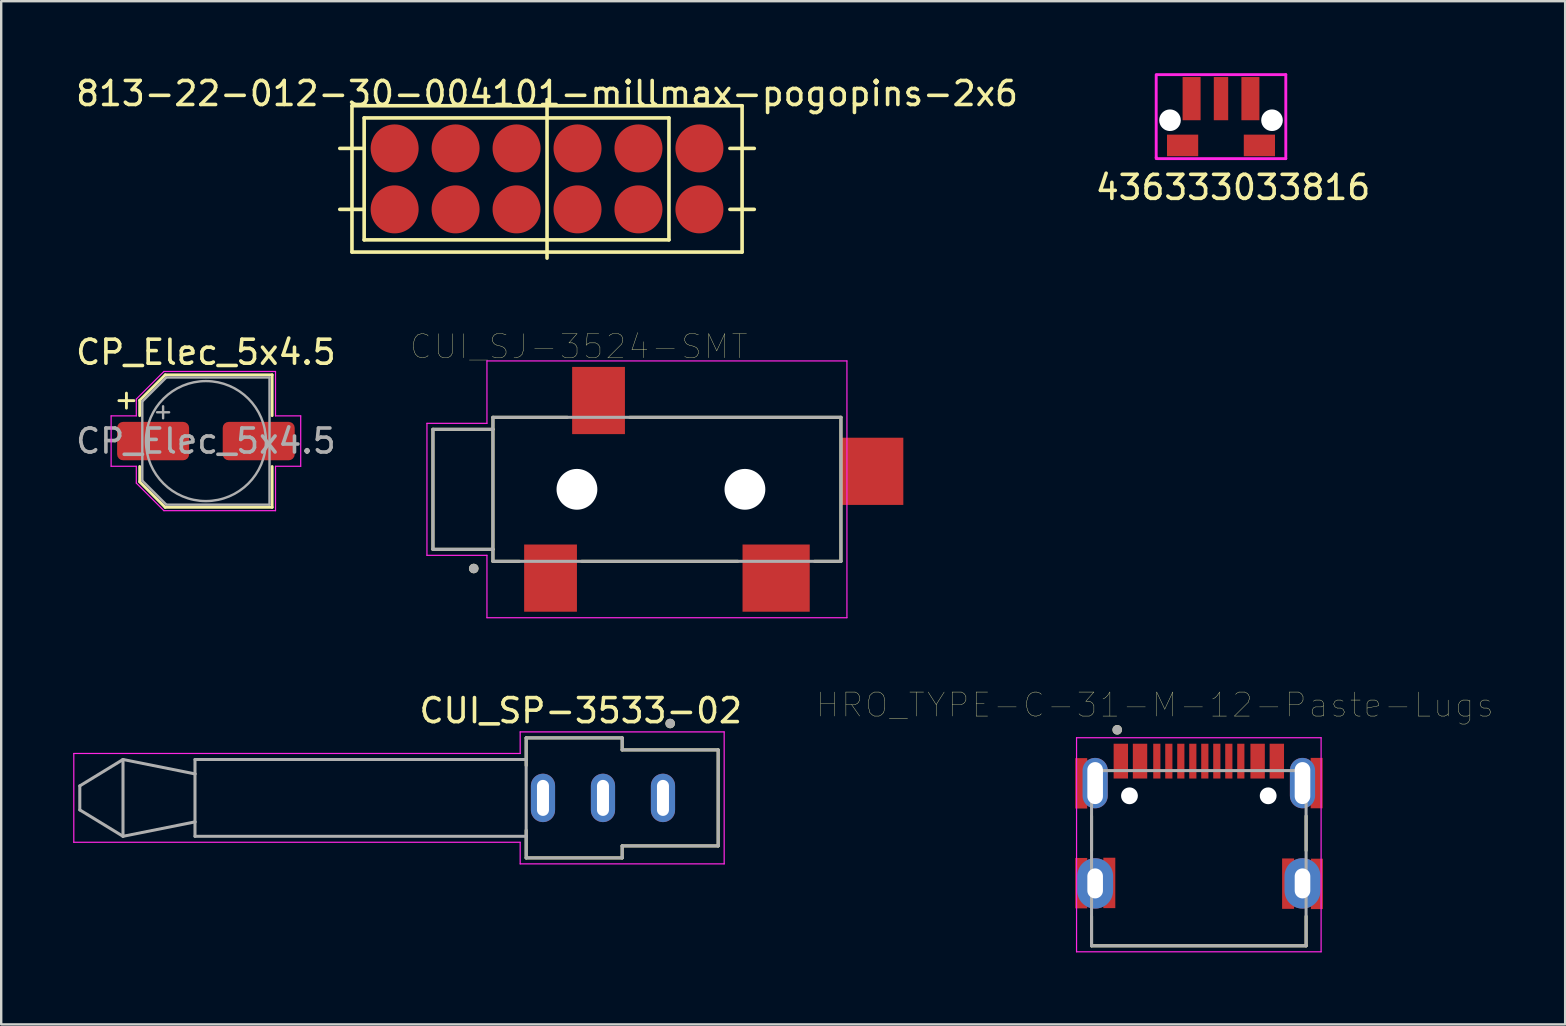
<source format=kicad_pcb>
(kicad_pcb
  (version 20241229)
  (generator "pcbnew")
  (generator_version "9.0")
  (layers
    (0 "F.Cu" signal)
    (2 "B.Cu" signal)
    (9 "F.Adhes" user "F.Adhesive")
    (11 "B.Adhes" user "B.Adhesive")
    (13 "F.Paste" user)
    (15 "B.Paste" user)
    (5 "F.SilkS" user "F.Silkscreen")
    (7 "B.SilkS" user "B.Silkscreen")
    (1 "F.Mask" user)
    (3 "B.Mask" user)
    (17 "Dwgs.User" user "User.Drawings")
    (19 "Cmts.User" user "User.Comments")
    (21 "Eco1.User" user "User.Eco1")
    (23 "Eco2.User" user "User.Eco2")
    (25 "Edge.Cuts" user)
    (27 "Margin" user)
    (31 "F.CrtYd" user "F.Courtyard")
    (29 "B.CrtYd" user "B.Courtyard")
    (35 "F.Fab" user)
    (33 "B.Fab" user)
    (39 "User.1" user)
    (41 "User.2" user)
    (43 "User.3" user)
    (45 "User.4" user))
  (footprint "CUI_SJ-3524-SMT"
    (layer "F.Cu")
    (at 20.99 17.339)
    (property "Reference" "CUI_SJ-3524-SMT" (at 0.075 -5.945 0) (layer "F.SilkS") (effects (font (size 1.002 1.002) (thickness 0.015))))
    (attr through_hole)
    (fp_line (start -6 -2.5) (end -6 2.5) (stroke (width 0.127) (type solid)) (layer "F.SilkS"))
    (fp_line (start -6 2.5) (end -3.5 2.5) (stroke (width 0.127) (type solid)) (layer "F.SilkS"))
    (fp_line (start -3.5 -3) (end -0.4 -3) (stroke (width 0.127) (type solid)) (layer "F.SilkS"))
    (fp_line (start -3.5 -2.5) (end -6 -2.5) (stroke (width 0.127) (type solid)) (layer "F.SilkS"))
    (fp_line (start -3.5 -2.5) (end -3.5 -3) (stroke (width 0.127) (type solid)) (layer "F.SilkS"))
    (fp_line (start -3.5 2.5) (end -3.5 -2.5) (stroke (width 0.127) (type solid)) (layer "F.SilkS"))
    (fp_line (start -3.5 3) (end -3.5 2.5) (stroke (width 0.127) (type solid)) (layer "F.SilkS"))
    (fp_line (start -3.5 3) (end -2.4 3) (stroke (width 0.127) (type solid)) (layer "F.SilkS"))
    (fp_line (start 0.2 3) (end 6.7 3) (stroke (width 0.127) (type solid)) (layer "F.SilkS"))
    (fp_line (start 2.2 -3) (end 11 -3) (stroke (width 0.127) (type solid)) (layer "F.SilkS"))
    (fp_line (start 9.9 3) (end 11 3) (stroke (width 0.127) (type solid)) (layer "F.SilkS"))
    (fp_line (start 11 -3) (end 11 3) (stroke (width 0.127) (type solid)) (layer "F.SilkS"))
    (fp_circle (center -4.3 3.3) (end -4.2 3.3) (stroke (width 0.2) (type solid)) (fill no) (layer "F.SilkS"))
    (fp_line (start -6.25 -2.75) (end -6.25 2.75) (stroke (width 0.05) (type solid)) (layer "F.CrtYd"))
    (fp_line (start -6.25 2.75) (end -3.75 2.75) (stroke (width 0.05) (type solid)) (layer "F.CrtYd"))
    (fp_line (start -3.75 -5.35) (end -3.75 -2.75) (stroke (width 0.05) (type solid)) (layer "F.CrtYd"))
    (fp_line (start -3.75 -5.35) (end 11.25 -5.35) (stroke (width 0.05) (type solid)) (layer "F.CrtYd"))
    (fp_line (start -3.75 -2.75) (end -6.25 -2.75) (stroke (width 0.05) (type solid)) (layer "F.CrtYd"))
    (fp_line (start -3.75 2.75) (end -3.75 5.35) (stroke (width 0.05) (type solid)) (layer "F.CrtYd"))
    (fp_line (start 11.25 -5.35) (end 11.25 5.35) (stroke (width 0.05) (type solid)) (layer "F.CrtYd"))
    (fp_line (start 11.25 5.35) (end -3.75 5.35) (stroke (width 0.05) (type solid)) (layer "F.CrtYd"))
    (fp_line (start -6 -2.5) (end -6 2.5) (stroke (width 0.127) (type solid)) (layer "F.Fab"))
    (fp_line (start -6 2.5) (end -3.5 2.5) (stroke (width 0.127) (type solid)) (layer "F.Fab"))
    (fp_line (start -3.5 -3) (end 11 -3) (stroke (width 0.127) (type solid)) (layer "F.Fab"))
    (fp_line (start -3.5 -2.5) (end -6 -2.5) (stroke (width 0.127) (type solid)) (layer "F.Fab"))
    (fp_line (start -3.5 3) (end -3.5 -3) (stroke (width 0.127) (type solid)) (layer "F.Fab"))
    (fp_line (start 11 -3) (end 11 3) (stroke (width 0.127) (type solid)) (layer "F.Fab"))
    (fp_line (start 11 3) (end -3.5 3) (stroke (width 0.127) (type solid)) (layer "F.Fab"))
    (fp_circle (center -4.3 3.3) (end -4.2 3.3) (stroke (width 0.2) (type solid)) (fill no) (layer "F.Fab"))
    (pad "" np_thru_hole circle (at 0 0) (size 1.7 1.7) (drill 1.7) (layers "*.Cu" "*.Mask"))
    (pad "" np_thru_hole circle (at 7 0) (size 1.7 1.7) (drill 1.7) (layers "*.Cu" "*.Mask"))
    (pad "1" smd rect (at -1.1 3.7) (size 2.2 2.8) (layers "F.Cu" "F.Mask" "F.Paste"))
    (pad "2" smd rect (at 8.3 3.7) (size 2.8 2.8) (layers "F.Cu" "F.Mask" "F.Paste"))
    (pad "3" smd rect (at 0.9 -3.7) (size 2.2 2.8) (layers "F.Cu" "F.Mask" "F.Paste"))
    (pad "4" smd rect (at 12.3 -0.75) (size 2.6 2.8) (layers "F.Cu" "F.Mask" "F.Paste")))
  (footprint "813-22-012-30-004101-millmax-pogopins-2x6"
    (layer "F.Cu")
    (at 19.744 4.404)
    (property "Reference" "813-22-012-30-004101-millmax-pogopins-2x6" (at 0 -3.556 0) (layer "F.SilkS") (effects (font (size 1 1) (thickness 0.15))))
    (attr smd)
    (fp_line (start -8.128 -3.048) (end 8.128 -3.048) (stroke (width 0.15) (type solid)) (layer "F.SilkS"))
    (fp_line (start -8.128 3.048) (end -8.128 -3.048) (stroke (width 0.15) (type solid)) (layer "F.SilkS"))
    (fp_line (start -7.62 -2.54) (end 5.08 -2.54) (stroke (width 0.15) (type solid)) (layer "F.SilkS"))
    (fp_line (start -7.62 -1.27) (end -8.636 -1.27) (stroke (width 0.15) (type solid)) (layer "F.SilkS"))
    (fp_line (start -7.62 1.27) (end -8.636 1.27) (stroke (width 0.15) (type solid)) (layer "F.SilkS"))
    (fp_line (start -7.62 2.54) (end -7.62 -2.54) (stroke (width 0.15) (type solid)) (layer "F.SilkS"))
    (fp_line (start 0 -3.302) (end 0 3.302) (stroke (width 0.15) (type solid)) (layer "F.SilkS"))
    (fp_line (start 5.08 -2.54) (end 5.08 2.54) (stroke (width 0.15) (type solid)) (layer "F.SilkS"))
    (fp_line (start 5.08 2.54) (end -7.62 2.54) (stroke (width 0.15) (type solid)) (layer "F.SilkS"))
    (fp_line (start 7.62 -1.27) (end 8.636 -1.27) (stroke (width 0.15) (type solid)) (layer "F.SilkS"))
    (fp_line (start 7.62 1.27) (end 8.636 1.27) (stroke (width 0.15) (type solid)) (layer "F.SilkS"))
    (fp_line (start 8.128 -3.048) (end 8.128 3.048) (stroke (width 0.15) (type solid)) (layer "F.SilkS"))
    (fp_line (start 8.128 3.048) (end -8.128 3.048) (stroke (width 0.15) (type solid)) (layer "F.SilkS"))
    (pad "1" smd circle (at 6.35 1.27) (size 2 2) (layers "F.Cu" "F.Mask" "F.Paste"))
    (pad "2" smd circle (at 6.35 -1.27) (size 2 2) (layers "F.Cu" "F.Mask" "F.Paste"))
    (pad "3" smd circle (at 3.81 1.27) (size 2 2) (layers "F.Cu" "F.Mask" "F.Paste"))
    (pad "4" smd circle (at 3.81 -1.27) (size 2 2) (layers "F.Cu" "F.Mask" "F.Paste"))
    (pad "5" smd circle (at 1.27 1.27) (size 2 2) (layers "F.Cu" "F.Mask" "F.Paste"))
    (pad "6" smd circle (at 1.27 -1.27) (size 2 2) (layers "F.Cu" "F.Mask" "F.Paste"))
    (pad "7" smd circle (at -1.27 1.27) (size 2 2) (layers "F.Cu" "F.Mask" "F.Paste"))
    (pad "8" smd circle (at -1.27 -1.27) (size 2 2) (layers "F.Cu" "F.Mask" "F.Paste"))
    (pad "9" smd circle (at -3.81 1.27) (size 2 2) (layers "F.Cu" "F.Mask" "F.Paste"))
    (pad "10" smd circle (at -3.81 -1.27) (size 2 2) (layers "F.Cu" "F.Mask" "F.Paste"))
    (pad "11" smd circle (at -6.35 1.27) (size 2 2) (layers "F.Cu" "F.Mask" "F.Paste"))
    (pad "12" smd circle (at -6.35 -1.27) (size 2 2) (layers "F.Cu" "F.Mask" "F.Paste")))
  (footprint "436333033816"
    (layer "F.Cu")
    (at 47.827 1.96)
    (property "Reference" "436333033816" (at 0.5 2.8 0) (layer "F.SilkS") (effects (font (size 1 1) (thickness 0.15))))
    (attr through_hole)
    (fp_line (start -2.7 -1.9) (end -2.7 1.55) (stroke (width 0.12) (type solid)) (layer "F.CrtYd"))
    (fp_line (start -2.7 1.55) (end -2.7 1.6) (stroke (width 0.12) (type solid)) (layer "F.CrtYd"))
    (fp_line (start -2.65 1.6) (end 2.7 1.6) (stroke (width 0.12) (type solid)) (layer "F.CrtYd"))
    (fp_line (start 2.7 -1.9) (end -2.65 -1.9) (stroke (width 0.12) (type solid)) (layer "F.CrtYd"))
    (fp_line (start 2.7 1.6) (end 2.7 -1.9) (stroke (width 0.12) (type solid)) (layer "F.CrtYd"))
    (pad "" np_thru_hole circle (at -2.125 0) (size 0.9 0.9) (drill 0.9) (layers "*.Cu" "*.Mask"))
    (pad "" np_thru_hole circle (at 2.125 0) (size 0.9 0.9) (drill 0.9) (layers "*.Cu" "*.Mask"))
    (pad "1" smd rect (at -1.225 -0.9) (size 0.75 1.8) (layers "F.Cu" "F.Mask" "F.Paste"))
    (pad "2" smd rect (at 0 -0.9) (size 0.6 1.8) (layers "F.Cu" "F.Mask" "F.Paste"))
    (pad "3" smd rect (at 1.225 -0.9) (size 0.75 1.8) (layers "F.Cu" "F.Mask" "F.Paste"))
    (pad "mp1" smd rect (at -1.6 1.05) (size 1.3 0.9) (layers "F.Cu" "F.Mask" "F.Paste"))
    (pad "mp2" smd rect (at 1.6 1.05) (size 1.3 0.9) (layers "F.Cu" "F.Mask" "F.Paste")))
  (footprint "CP_Elec_5x4.5"
    (layer "F.Cu")
    (at 5.53 15.329)
    (property "Reference" "CP_Elec_5x4.5" (at 0 -3.7 0) (layer "F.SilkS") (effects (font (size 1 1) (thickness 0.15))))
    (attr smd)
    (fp_line (start -3.625 -1.685) (end -3 -1.685) (stroke (width 0.12) (type solid)) (layer "F.SilkS"))
    (fp_line (start -3.312 -1.998) (end -3.312 -1.373) (stroke (width 0.12) (type solid)) (layer "F.SilkS"))
    (fp_line (start -2.76 -1.696) (end -2.76 -1.06) (stroke (width 0.12) (type solid)) (layer "F.SilkS"))
    (fp_line (start -2.76 -1.696) (end -1.696 -2.76) (stroke (width 0.12) (type solid)) (layer "F.SilkS"))
    (fp_line (start -2.76 1.696) (end -2.76 1.06) (stroke (width 0.12) (type solid)) (layer "F.SilkS"))
    (fp_line (start -2.76 1.696) (end -1.696 2.76) (stroke (width 0.12) (type solid)) (layer "F.SilkS"))
    (fp_line (start -1.696 -2.76) (end 2.76 -2.76) (stroke (width 0.12) (type solid)) (layer "F.SilkS"))
    (fp_line (start -1.696 2.76) (end 2.76 2.76) (stroke (width 0.12) (type solid)) (layer "F.SilkS"))
    (fp_line (start 2.76 -2.76) (end 2.76 -1.06) (stroke (width 0.12) (type solid)) (layer "F.SilkS"))
    (fp_line (start 2.76 2.76) (end 2.76 1.06) (stroke (width 0.12) (type solid)) (layer "F.SilkS"))
    (fp_line (start -3.95 -1.05) (end -3.95 1.05) (stroke (width 0.05) (type solid)) (layer "F.CrtYd"))
    (fp_line (start -3.95 1.05) (end -2.9 1.05) (stroke (width 0.05) (type solid)) (layer "F.CrtYd"))
    (fp_line (start -2.9 -1.75) (end -2.9 -1.05) (stroke (width 0.05) (type solid)) (layer "F.CrtYd"))
    (fp_line (start -2.9 -1.75) (end -1.75 -2.9) (stroke (width 0.05) (type solid)) (layer "F.CrtYd"))
    (fp_line (start -2.9 -1.05) (end -3.95 -1.05) (stroke (width 0.05) (type solid)) (layer "F.CrtYd"))
    (fp_line (start -2.9 1.05) (end -2.9 1.75) (stroke (width 0.05) (type solid)) (layer "F.CrtYd"))
    (fp_line (start -2.9 1.75) (end -1.75 2.9) (stroke (width 0.05) (type solid)) (layer "F.CrtYd"))
    (fp_line (start -1.75 -2.9) (end 2.9 -2.9) (stroke (width 0.05) (type solid)) (layer "F.CrtYd"))
    (fp_line (start -1.75 2.9) (end 2.9 2.9) (stroke (width 0.05) (type solid)) (layer "F.CrtYd"))
    (fp_line (start 2.9 -2.9) (end 2.9 -1.05) (stroke (width 0.05) (type solid)) (layer "F.CrtYd"))
    (fp_line (start 2.9 -1.05) (end 3.95 -1.05) (stroke (width 0.05) (type solid)) (layer "F.CrtYd"))
    (fp_line (start 2.9 1.05) (end 2.9 2.9) (stroke (width 0.05) (type solid)) (layer "F.CrtYd"))
    (fp_line (start 3.95 -1.05) (end 3.95 1.05) (stroke (width 0.05) (type solid)) (layer "F.CrtYd"))
    (fp_line (start 3.95 1.05) (end 2.9 1.05) (stroke (width 0.05) (type solid)) (layer "F.CrtYd"))
    (fp_line (start -2.65 -1.65) (end -2.65 1.65) (stroke (width 0.1) (type solid)) (layer "F.Fab"))
    (fp_line (start -2.65 -1.65) (end -1.65 -2.65) (stroke (width 0.1) (type solid)) (layer "F.Fab"))
    (fp_line (start -2.65 1.65) (end -1.65 2.65) (stroke (width 0.1) (type solid)) (layer "F.Fab"))
    (fp_line (start -2.034 -1.2) (end -1.534 -1.2) (stroke (width 0.1) (type solid)) (layer "F.Fab"))
    (fp_line (start -1.784 -1.45) (end -1.784 -0.95) (stroke (width 0.1) (type solid)) (layer "F.Fab"))
    (fp_line (start -1.65 -2.65) (end 2.65 -2.65) (stroke (width 0.1) (type solid)) (layer "F.Fab"))
    (fp_line (start -1.65 2.65) (end 2.65 2.65) (stroke (width 0.1) (type solid)) (layer "F.Fab"))
    (fp_line (start 2.65 -2.65) (end 2.65 2.65) (stroke (width 0.1) (type solid)) (layer "F.Fab"))
    (fp_circle (center 0 0) (end 2.5 0) (stroke (width 0.1) (type solid)) (fill no) (layer "F.Fab"))
    (fp_text user "${REFERENCE}" (at 0 0 0) (layer "F.Fab") (effects (font (size 1 1) (thickness 0.15))))
    (pad "1" smd roundrect (at -2.2 0) (size 3 1.6) (layers "F.Cu" "F.Mask" "F.Paste") (roundrect_rratio 0.156))
    (pad "2" smd roundrect (at 2.2 0) (size 3 1.6) (layers "F.Cu" "F.Mask" "F.Paste") (roundrect_rratio 0.156)))
  (footprint "HRO_TYPE-C-31-M-12-Paste-Lugs"
    (layer "F.Cu")
    (at 46.903 33.76)
    (property "Reference" "HRO_TYPE-C-31-M-12-Paste-Lugs" (at -1.825 -7.435 0) (layer "F.SilkS") (effects (font (size 1 1) (thickness 0.015))))
    (attr through_hole)
    (fp_line (start -4.47 -2.81) (end -4.47 -1.37) (stroke (width 0.127) (type solid)) (layer "F.SilkS"))
    (fp_line (start -4.47 2.6) (end -4.47 1.37) (stroke (width 0.127) (type solid)) (layer "F.SilkS"))
    (fp_line (start 4.47 -2.81) (end 4.47 -1.37) (stroke (width 0.127) (type solid)) (layer "F.SilkS"))
    (fp_line (start 4.47 1.37) (end 4.47 2.6) (stroke (width 0.127) (type solid)) (layer "F.SilkS"))
    (fp_line (start 4.47 2.6) (end -4.47 2.6) (stroke (width 0.127) (type solid)) (layer "F.SilkS"))
    (fp_circle (center -3.4 -6.4) (end -3.3 -6.4) (stroke (width 0.2) (type solid)) (fill no) (layer "F.SilkS"))
    (fp_line (start -5.095 -6.07) (end -5.095 2.85) (stroke (width 0.05) (type solid)) (layer "F.CrtYd"))
    (fp_line (start -5.095 2.85) (end 5.095 2.85) (stroke (width 0.05) (type solid)) (layer "F.CrtYd"))
    (fp_line (start 5.095 -6.07) (end -5.095 -6.07) (stroke (width 0.05) (type solid)) (layer "F.CrtYd"))
    (fp_line (start 5.095 2.85) (end 5.095 -6.07) (stroke (width 0.05) (type solid)) (layer "F.CrtYd"))
    (fp_line (start -4.47 -4.7) (end -4.47 2.6) (stroke (width 0.127) (type solid)) (layer "F.Fab"))
    (fp_line (start -4.47 2.6) (end 4.47 2.6) (stroke (width 0.127) (type solid)) (layer "F.Fab"))
    (fp_line (start 4.47 -4.7) (end -4.47 -4.7) (stroke (width 0.127) (type solid)) (layer "F.Fab"))
    (fp_line (start 4.47 2.6) (end 4.47 -4.7) (stroke (width 0.127) (type solid)) (layer "F.Fab"))
    (fp_circle (center -3.4 -6.4) (end -3.3 -6.4) (stroke (width 0.2) (type solid)) (fill no) (layer "F.Fab"))
    (pad "" np_thru_hole circle (at -2.89 -3.65) (size 0.7 0.7) (drill 0.7) (layers "*.Cu" "*.Mask"))
    (pad "" np_thru_hole circle (at 2.89 -3.65) (size 0.7 0.7) (drill 0.7) (layers "*.Cu" "*.Mask"))
    (pad "1" smd rect (at -4.9 -4.17) (size 0.5 2.1) (layers "F.Cu" "F.Mask" "F.Paste"))
    (pad "1" smd rect (at -4.9 -0.01) (size 0.5 2.1) (layers "F.Cu" "F.Mask" "F.Paste"))
    (pad "1" smd rect (at -3.73 -0.02) (size 0.5 2.1) (layers "F.Cu" "F.Mask" "F.Paste"))
    (pad "1" smd rect (at 3.72 0.01) (size 0.5 2.1) (layers "F.Cu" "F.Mask" "F.Paste"))
    (pad "1" smd rect (at 4.91 -4.18) (size 0.5 2.1) (layers "F.Cu" "F.Mask" "F.Paste"))
    (pad "1" smd rect (at 4.92 0.02) (size 0.5 2.1) (layers "F.Cu" "F.Mask" "F.Paste"))
    (pad "A1B12" smd rect (at -3.25 -5.095) (size 0.6 1.45) (layers "F.Cu" "F.Mask" "F.Paste"))
    (pad "A4B9" smd rect (at -2.45 -5.095) (size 0.6 1.45) (layers "F.Cu" "F.Mask" "F.Paste"))
    (pad "A5" smd rect (at -1.25 -5.095) (size 0.3 1.45) (layers "F.Cu" "F.Mask" "F.Paste"))
    (pad "A6" smd rect (at -0.25 -5.095) (size 0.3 1.45) (layers "F.Cu" "F.Mask" "F.Paste"))
    (pad "A7" smd rect (at 0.25 -5.095) (size 0.3 1.45) (layers "F.Cu" "F.Mask" "F.Paste"))
    (pad "A8" smd rect (at 1.25 -5.095) (size 0.3 1.45) (layers "F.Cu" "F.Mask" "F.Paste"))
    (pad "B1A12" smd rect (at 3.25 -5.095) (size 0.6 1.45) (layers "F.Cu" "F.Mask" "F.Paste"))
    (pad "B4A9" smd rect (at 2.45 -5.095) (size 0.6 1.45) (layers "F.Cu" "F.Mask" "F.Paste"))
    (pad "B5" smd rect (at 1.75 -5.095) (size 0.3 1.45) (layers "F.Cu" "F.Mask" "F.Paste"))
    (pad "B6" smd rect (at 0.75 -5.095) (size 0.3 1.45) (layers "F.Cu" "F.Mask" "F.Paste"))
    (pad "B7" smd rect (at -0.75 -5.095) (size 0.3 1.45) (layers "F.Cu" "F.Mask" "F.Paste"))
    (pad "B8" smd rect (at -1.75 -5.095) (size 0.3 1.45) (layers "F.Cu" "F.Mask" "F.Paste"))
    (pad "S1" thru_hole oval (at -4.32 -4.18) (size 1.05 2.1) (drill oval 0.65 1.75) (layers "*.Cu" "*.Mask"))
    (pad "S2" thru_hole oval (at 4.32 -4.18) (size 1.05 2.1) (drill oval 0.65 1.75) (layers "*.Cu" "*.Mask"))
    (pad "S3" thru_hole oval (at -4.32 0) (size 1.5 2.1) (drill oval 0.65 1.25) (layers "*.Cu" "*.Mask"))
    (pad "S4" thru_hole oval (at 4.32 0) (size 1.5 2.1) (drill oval 0.65 1.25) (layers "*.Cu" "*.Mask")))
  (footprint "CUI_SP-3533-02"
    (layer "F.Cu")
    (at 22.075 30.197)
    (property "Reference" "CUI_SP-3533-02" (at -0.925 -3.635 0) (layer "F.SilkS") (effects (font (size 1 1) (thickness 0.15))))
    (attr through_hole)
    (fp_line (start -3.2 -2.5) (end 0.8 -2.5) (stroke (width 0.127) (type solid)) (layer "F.SilkS"))
    (fp_line (start -3.2 -1.35) (end -3.2 -2.5) (stroke (width 0.127) (type solid)) (layer "F.SilkS"))
    (fp_line (start -3.2 2.5) (end -3.2 1.35) (stroke (width 0.127) (type solid)) (layer "F.SilkS"))
    (fp_line (start 0.8 -2.5) (end 0.8 -2) (stroke (width 0.127) (type solid)) (layer "F.SilkS"))
    (fp_line (start 0.8 -2) (end 4.8 -2) (stroke (width 0.127) (type solid)) (layer "F.SilkS"))
    (fp_line (start 0.8 2) (end 0.8 2.5) (stroke (width 0.127) (type solid)) (layer "F.SilkS"))
    (fp_line (start 0.8 2.5) (end -3.2 2.5) (stroke (width 0.127) (type solid)) (layer "F.SilkS"))
    (fp_line (start 4.8 -2) (end 4.8 2) (stroke (width 0.127) (type solid)) (layer "F.SilkS"))
    (fp_line (start 4.8 2) (end 0.8 2) (stroke (width 0.127) (type solid)) (layer "F.SilkS"))
    (fp_circle (center 2.8 -3.1) (end 2.9 -3.1) (stroke (width 0.2) (type solid)) (fill no) (layer "F.SilkS"))
    (fp_line (start -22.05 -1.85) (end -3.45 -1.85) (stroke (width 0.05) (type solid)) (layer "F.CrtYd"))
    (fp_line (start -22.05 1.85) (end -22.05 -1.85) (stroke (width 0.05) (type solid)) (layer "F.CrtYd"))
    (fp_line (start -3.45 -2.75) (end 5.05 -2.75) (stroke (width 0.05) (type solid)) (layer "F.CrtYd"))
    (fp_line (start -3.45 -1.85) (end -3.45 -2.75) (stroke (width 0.05) (type solid)) (layer "F.CrtYd"))
    (fp_line (start -3.45 1.85) (end -22.05 1.85) (stroke (width 0.05) (type solid)) (layer "F.CrtYd"))
    (fp_line (start -3.45 2.75) (end -3.45 1.85) (stroke (width 0.05) (type solid)) (layer "F.CrtYd"))
    (fp_line (start 5.05 -2.75) (end 5.05 2.75) (stroke (width 0.05) (type solid)) (layer "F.CrtYd"))
    (fp_line (start 5.05 2.75) (end -3.45 2.75) (stroke (width 0.05) (type solid)) (layer "F.CrtYd"))
    (fp_line (start -21.8 -0.5) (end -21.8 0.5) (stroke (width 0.127) (type solid)) (layer "F.Fab"))
    (fp_line (start -21.8 0.5) (end -20 1.6) (stroke (width 0.127) (type solid)) (layer "F.Fab"))
    (fp_line (start -20 -1.6) (end -21.8 -0.5) (stroke (width 0.127) (type solid)) (layer "F.Fab"))
    (fp_line (start -20 -1.6) (end -20 1.6) (stroke (width 0.127) (type solid)) (layer "F.Fab"))
    (fp_line (start -20 1.6) (end -17 1) (stroke (width 0.127) (type solid)) (layer "F.Fab"))
    (fp_line (start -17 -1.6) (end -17 -1) (stroke (width 0.127) (type solid)) (layer "F.Fab"))
    (fp_line (start -17 -1) (end -20 -1.6) (stroke (width 0.127) (type solid)) (layer "F.Fab"))
    (fp_line (start -17 -1) (end -17 1) (stroke (width 0.127) (type solid)) (layer "F.Fab"))
    (fp_line (start -17 1) (end -17 1.6) (stroke (width 0.127) (type solid)) (layer "F.Fab"))
    (fp_line (start -17 1.6) (end -3.2 1.6) (stroke (width 0.127) (type solid)) (layer "F.Fab"))
    (fp_line (start -3.2 -2.5) (end 0.8 -2.5) (stroke (width 0.127) (type solid)) (layer "F.Fab"))
    (fp_line (start -3.2 -1.6) (end -17 -1.6) (stroke (width 0.127) (type solid)) (layer "F.Fab"))
    (fp_line (start -3.2 -1.6) (end -3.2 -2.5) (stroke (width 0.127) (type solid)) (layer "F.Fab"))
    (fp_line (start -3.2 1.6) (end -3.2 -1.6) (stroke (width 0.127) (type solid)) (layer "F.Fab"))
    (fp_line (start -3.2 2.5) (end -3.2 1.6) (stroke (width 0.127) (type solid)) (layer "F.Fab"))
    (fp_line (start -3.2 2.5) (end 0.8 2.5) (stroke (width 0.127) (type solid)) (layer "F.Fab"))
    (fp_line (start 0.8 -2.5) (end 0.8 -2) (stroke (width 0.127) (type solid)) (layer "F.Fab"))
    (fp_line (start 0.8 -2) (end 4.8 -2) (stroke (width 0.127) (type solid)) (layer "F.Fab"))
    (fp_line (start 0.8 2) (end 0.8 2.5) (stroke (width 0.127) (type solid)) (layer "F.Fab"))
    (fp_line (start 0.8 2) (end 4.8 2) (stroke (width 0.127) (type solid)) (layer "F.Fab"))
    (fp_line (start 4.8 -2) (end 4.8 2) (stroke (width 0.127) (type solid)) (layer "F.Fab"))
    (fp_circle (center 2.8 -3.1) (end 2.9 -3.1) (stroke (width 0.2) (type solid)) (fill no) (layer "F.Fab"))
    (pad "1" thru_hole oval (at 2.5 0) (size 1.008 2.016) (drill oval 0.5 1.5) (layers "*.Cu" "*.Mask"))
    (pad "2" thru_hole oval (at 0 0) (size 1.008 2.016) (drill oval 0.5 1.5) (layers "*.Cu" "*.Mask"))
    (pad "3" thru_hole oval (at -2.5 0) (size 1.008 2.016) (drill oval 0.5 1.5) (layers "*.Cu" "*.Mask")))
  (gr_rect
    (start -3 -3)
    (end 62.168 39.635)
    (stroke (width 0.1) (type default))
    (fill no)
    (layer "Edge.Cuts")))
</source>
